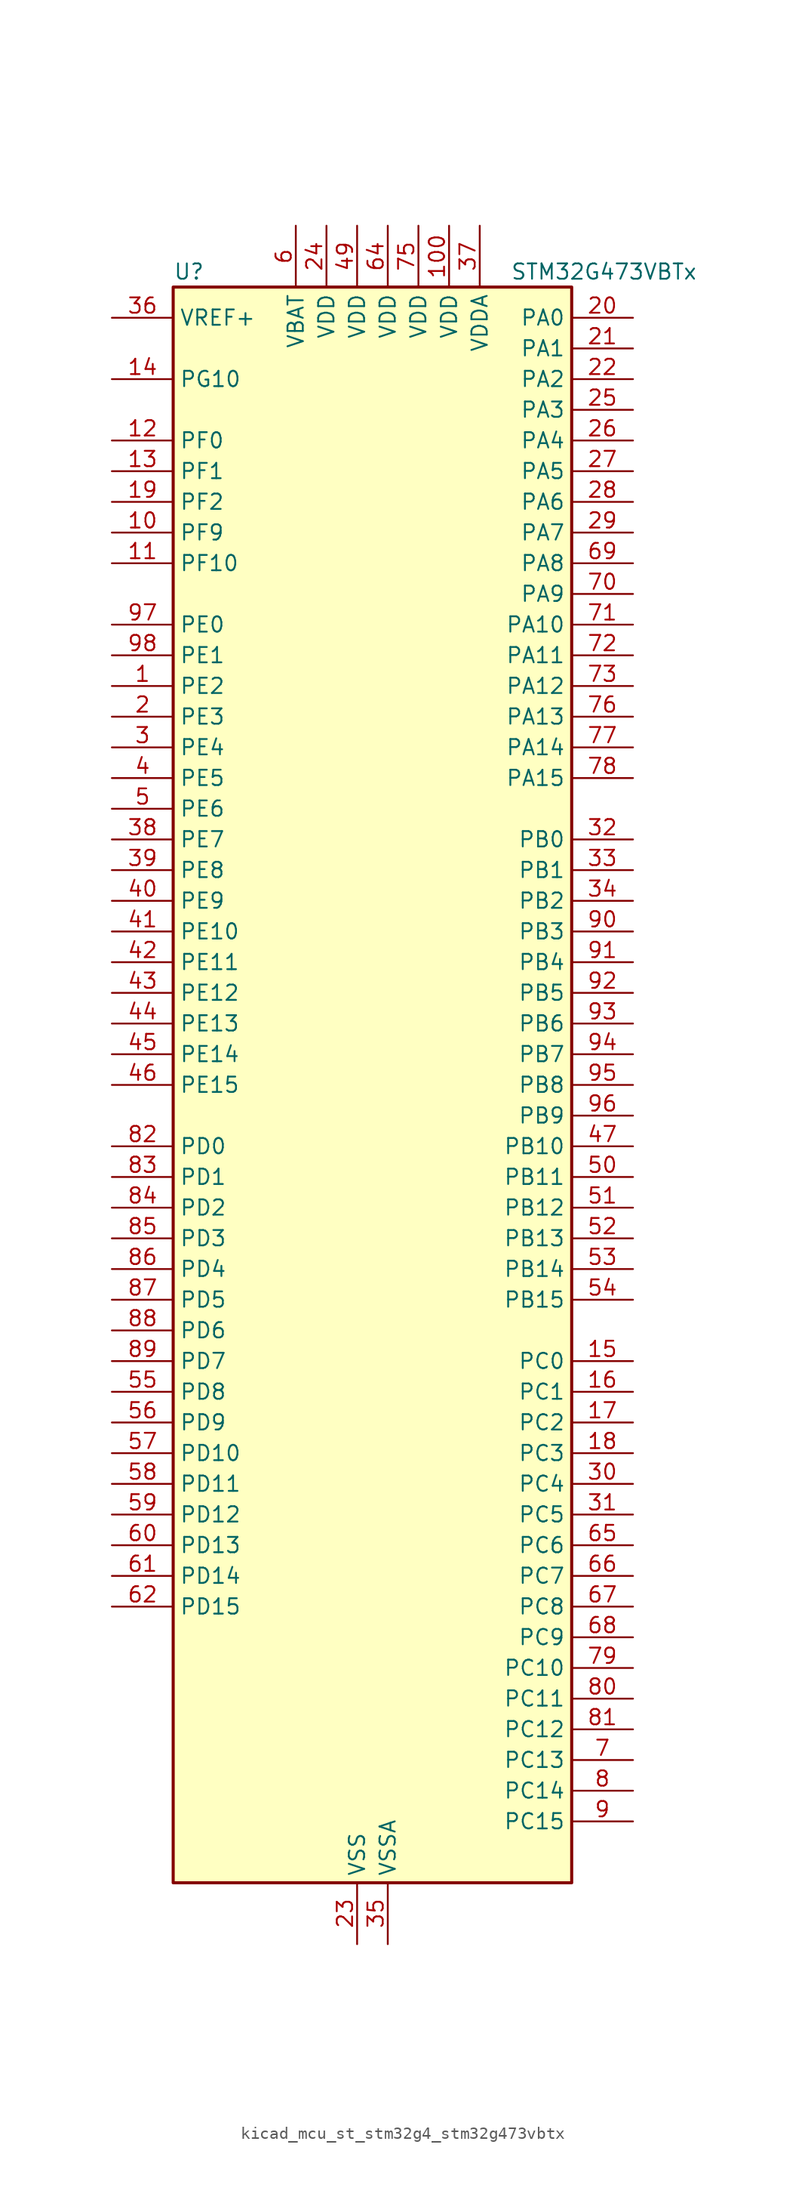
<source format=kicad_sym>
(kicad_symbol_lib
  (version 20220914)
  (generator kicad_symbol_editor)
  (symbol "kicad_mcu_st_stm32g4_stm32g473vbtx"
    (property "Reference" "U"
      (at -15.24 67.31 0)
      (effects (font (size 1.27 1.27)) (justify left)))
    (property "Value" "STM32G473VBTx"
      (at 12.7 67.31 0)
      (effects (font (size 1.27 1.27)) (justify left)))
    (property "ki_locked" ""
      (at 0 0 0)
      (effects (font (size 1.27 1.27))))
    (symbol "kicad_mcu_st_stm32g4_stm32g473vbtx_0_1"
      (rectangle (start -15.24 -66.04) (end 17.78 66.04) (stroke (width 0.254) (type default)) (fill (type background))))
    (symbol "kicad_mcu_st_stm32g4_stm32g473vbtx_1_1"
      (pin bidirectional line (at -20.32 33.02 0) (length 5.08) (name "PE2" (effects (font (size 1.27 1.27)))) (number "1" (effects (font (size 1.27 1.27)))) (alternate "ADC3_EXTI2" bidirectional line) (alternate "ADC4_EXTI2" bidirectional line) (alternate "ADC5_EXTI2" bidirectional line) (alternate "FMC_A23" bidirectional line) (alternate "SAI1_CK1" bidirectional line) (alternate "SAI1_MCLK_A" bidirectional line) (alternate "SPI4_SCK" bidirectional line) (alternate "SYS_TRACECLK" bidirectional line) (alternate "TIM20_CH1" bidirectional line) (alternate "TIM3_CH1" bidirectional line))
      (pin bidirectional line (at -20.32 45.72 0) (length 5.08) (name "PF9" (effects (font (size 1.27 1.27)))) (number "10" (effects (font (size 1.27 1.27)))) (alternate "DAC1_EXTI9" bidirectional line) (alternate "DAC2_EXTI9" bidirectional line) (alternate "DAC3_EXTI9" bidirectional line) (alternate "DAC4_EXTI9" bidirectional line) (alternate "FMC_A25" bidirectional line) (alternate "QUADSPI1_BK1_IO1" bidirectional line) (alternate "SAI1_FS_B" bidirectional line) (alternate "SPI2_SCK" bidirectional line) (alternate "TIM15_CH1" bidirectional line) (alternate "TIM20_BKIN" bidirectional line) (alternate "TIM5_CH4" bidirectional line))
      (pin power_in line (at 7.62 71.12 270) (length 5.08) (name "VDD" (effects (font (size 1.27 1.27)))) (number "100" (effects (font (size 1.27 1.27)))))
      (pin bidirectional line (at -20.32 43.18 0) (length 5.08) (name "PF10" (effects (font (size 1.27 1.27)))) (number "11" (effects (font (size 1.27 1.27)))) (alternate "DAC1_EXTI10" bidirectional line) (alternate "DAC2_EXTI10" bidirectional line) (alternate "DAC3_EXTI10" bidirectional line) (alternate "DAC4_EXTI10" bidirectional line) (alternate "FMC_A0" bidirectional line) (alternate "QUADSPI1_CLK" bidirectional line) (alternate "SAI1_D3" bidirectional line) (alternate "SPI2_SCK" bidirectional line) (alternate "TIM15_CH2" bidirectional line) (alternate "TIM20_BKIN2" bidirectional line))
      (pin bidirectional line (at -20.32 53.34 0) (length 5.08) (name "PF0" (effects (font (size 1.27 1.27)))) (number "12" (effects (font (size 1.27 1.27)))) (alternate "ADC1_IN10" bidirectional line) (alternate "I2C2_SDA" bidirectional line) (alternate "I2S2_WS" bidirectional line) (alternate "RCC_OSC_IN" bidirectional line) (alternate "SPI2_NSS" bidirectional line) (alternate "TIM1_CH3N" bidirectional line))
      (pin bidirectional line (at -20.32 50.8 0) (length 5.08) (name "PF1" (effects (font (size 1.27 1.27)))) (number "13" (effects (font (size 1.27 1.27)))) (alternate "ADC2_IN10" bidirectional line) (alternate "COMP3_INM" bidirectional line) (alternate "I2S2_CK" bidirectional line) (alternate "RCC_OSC_OUT" bidirectional line) (alternate "SPI2_SCK" bidirectional line))
      (pin bidirectional line (at -20.32 58.42 0) (length 5.08) (name "PG10" (effects (font (size 1.27 1.27)))) (number "14" (effects (font (size 1.27 1.27)))) (alternate "DAC1_EXTI10" bidirectional line) (alternate "DAC2_EXTI10" bidirectional line) (alternate "DAC3_EXTI10" bidirectional line) (alternate "DAC4_EXTI10" bidirectional line) (alternate "RCC_MCO" bidirectional line))
      (pin bidirectional line (at 22.86 -22.86 180) (length 5.08) (name "PC0" (effects (font (size 1.27 1.27)))) (number "15" (effects (font (size 1.27 1.27)))) (alternate "ADC1_IN6" bidirectional line) (alternate "ADC2_IN6" bidirectional line) (alternate "COMP3_INM" bidirectional line) (alternate "LPTIM1_IN1" bidirectional line) (alternate "LPUART1_RX" bidirectional line) (alternate "TIM1_CH1" bidirectional line))
      (pin bidirectional line (at 22.86 -25.4 180) (length 5.08) (name "PC1" (effects (font (size 1.27 1.27)))) (number "16" (effects (font (size 1.27 1.27)))) (alternate "ADC1_IN7" bidirectional line) (alternate "ADC2_IN7" bidirectional line) (alternate "COMP3_INP" bidirectional line) (alternate "LPTIM1_OUT" bidirectional line) (alternate "LPUART1_TX" bidirectional line) (alternate "QUADSPI1_BK2_IO0" bidirectional line) (alternate "SAI1_SD_A" bidirectional line) (alternate "TIM1_CH2" bidirectional line))
      (pin bidirectional line (at 22.86 -27.94 180) (length 5.08) (name "PC2" (effects (font (size 1.27 1.27)))) (number "17" (effects (font (size 1.27 1.27)))) (alternate "ADC1_IN8" bidirectional line) (alternate "ADC2_IN8" bidirectional line) (alternate "ADC3_EXTI2" bidirectional line) (alternate "ADC4_EXTI2" bidirectional line) (alternate "ADC5_EXTI2" bidirectional line) (alternate "COMP3_OUT" bidirectional line) (alternate "LPTIM1_IN2" bidirectional line) (alternate "QUADSPI1_BK2_IO1" bidirectional line) (alternate "TIM1_CH3" bidirectional line) (alternate "TIM20_CH2" bidirectional line))
      (pin bidirectional line (at 22.86 -30.48 180) (length 5.08) (name "PC3" (effects (font (size 1.27 1.27)))) (number "18" (effects (font (size 1.27 1.27)))) (alternate "ADC1_IN9" bidirectional line) (alternate "ADC2_IN9" bidirectional line) (alternate "ADC3_EXTI3" bidirectional line) (alternate "ADC4_EXTI3" bidirectional line) (alternate "ADC5_EXTI3" bidirectional line) (alternate "LPTIM1_ETR" bidirectional line) (alternate "OPAMP5_VINP" bidirectional line) (alternate "OPAMP5_VINP_SEC" bidirectional line) (alternate "QUADSPI1_BK2_IO2" bidirectional line) (alternate "SAI1_D1" bidirectional line) (alternate "SAI1_SD_A" bidirectional line) (alternate "TIM1_BKIN2" bidirectional line) (alternate "TIM1_CH4" bidirectional line))
      (pin bidirectional line (at -20.32 48.26 0) (length 5.08) (name "PF2" (effects (font (size 1.27 1.27)))) (number "19" (effects (font (size 1.27 1.27)))) (alternate "ADC3_EXTI2" bidirectional line) (alternate "ADC4_EXTI2" bidirectional line) (alternate "ADC5_EXTI2" bidirectional line) (alternate "FMC_A2" bidirectional line) (alternate "I2C2_SMBA" bidirectional line) (alternate "TIM20_CH3" bidirectional line))
      (pin bidirectional line (at -20.32 30.48 0) (length 5.08) (name "PE3" (effects (font (size 1.27 1.27)))) (number "2" (effects (font (size 1.27 1.27)))) (alternate "ADC3_EXTI3" bidirectional line) (alternate "ADC4_EXTI3" bidirectional line) (alternate "ADC5_EXTI3" bidirectional line) (alternate "FMC_A19" bidirectional line) (alternate "SAI1_SD_B" bidirectional line) (alternate "SPI4_NSS" bidirectional line) (alternate "SYS_TRACED0" bidirectional line) (alternate "TIM20_CH2" bidirectional line) (alternate "TIM3_CH2" bidirectional line))
      (pin bidirectional line (at 22.86 63.5 180) (length 5.08) (name "PA0" (effects (font (size 1.27 1.27)))) (number "20" (effects (font (size 1.27 1.27)))) (alternate "ADC1_IN1" bidirectional line) (alternate "ADC2_IN1" bidirectional line) (alternate "COMP1_INM" bidirectional line) (alternate "COMP1_OUT" bidirectional line) (alternate "COMP3_INP" bidirectional line) (alternate "RTC_TAMP2" bidirectional line) (alternate "SYS_WKUP1" bidirectional line) (alternate "TIM2_CH1" bidirectional line) (alternate "TIM2_ETR" bidirectional line) (alternate "TIM5_CH1" bidirectional line) (alternate "TIM8_BKIN" bidirectional line) (alternate "TIM8_ETR" bidirectional line) (alternate "USART2_CTS" bidirectional line) (alternate "USART2_NSS" bidirectional line))
      (pin bidirectional line (at 22.86 60.96 180) (length 5.08) (name "PA1" (effects (font (size 1.27 1.27)))) (number "21" (effects (font (size 1.27 1.27)))) (alternate "ADC1_IN2" bidirectional line) (alternate "ADC2_IN2" bidirectional line) (alternate "COMP1_INP" bidirectional line) (alternate "OPAMP1_VINP" bidirectional line) (alternate "OPAMP1_VINP_SEC" bidirectional line) (alternate "OPAMP3_VINP" bidirectional line) (alternate "OPAMP3_VINP_SEC" bidirectional line) (alternate "OPAMP6_VINM" bidirectional line) (alternate "OPAMP6_VINM0" bidirectional line) (alternate "OPAMP6_VINM_SEC" bidirectional line) (alternate "RTC_REFIN" bidirectional line) (alternate "TIM15_CH1N" bidirectional line) (alternate "TIM2_CH2" bidirectional line) (alternate "TIM5_CH2" bidirectional line) (alternate "USART2_DE" bidirectional line) (alternate "USART2_RTS" bidirectional line))
      (pin bidirectional line (at 22.86 58.42 180) (length 5.08) (name "PA2" (effects (font (size 1.27 1.27)))) (number "22" (effects (font (size 1.27 1.27)))) (alternate "ADC1_IN3" bidirectional line) (alternate "ADC3_EXTI2" bidirectional line) (alternate "ADC4_EXTI2" bidirectional line) (alternate "ADC5_EXTI2" bidirectional line) (alternate "COMP2_INM" bidirectional line) (alternate "COMP2_OUT" bidirectional line) (alternate "LPUART1_TX" bidirectional line) (alternate "OPAMP1_VOUT" bidirectional line) (alternate "QUADSPI1_BK1_NCS" bidirectional line) (alternate "RCC_LSCO" bidirectional line) (alternate "SYS_WKUP4" bidirectional line) (alternate "TIM15_CH1" bidirectional line) (alternate "TIM2_CH3" bidirectional line) (alternate "TIM5_CH3" bidirectional line) (alternate "UCPD1_FRSTX1" bidirectional line) (alternate "UCPD1_FRSTX2" bidirectional line) (alternate "USART2_TX" bidirectional line))
      (pin power_in line (at 0 -71.12 90) (length 5.08) (name "VSS" (effects (font (size 1.27 1.27)))) (number "23" (effects (font (size 1.27 1.27)))))
      (pin power_in line (at -2.54 71.12 270) (length 5.08) (name "VDD" (effects (font (size 1.27 1.27)))) (number "24" (effects (font (size 1.27 1.27)))))
      (pin bidirectional line (at 22.86 55.88 180) (length 5.08) (name "PA3" (effects (font (size 1.27 1.27)))) (number "25" (effects (font (size 1.27 1.27)))) (alternate "ADC1_IN4" bidirectional line) (alternate "ADC3_EXTI3" bidirectional line) (alternate "ADC4_EXTI3" bidirectional line) (alternate "ADC5_EXTI3" bidirectional line) (alternate "COMP2_INP" bidirectional line) (alternate "LPUART1_RX" bidirectional line) (alternate "OPAMP1_VINM" bidirectional line) (alternate "OPAMP1_VINM0" bidirectional line) (alternate "OPAMP1_VINM_SEC" bidirectional line) (alternate "OPAMP1_VINP" bidirectional line) (alternate "OPAMP1_VINP_SEC" bidirectional line) (alternate "OPAMP5_VINM" bidirectional line) (alternate "OPAMP5_VINM1" bidirectional line) (alternate "OPAMP5_VINM_SEC" bidirectional line) (alternate "QUADSPI1_CLK" bidirectional line) (alternate "SAI1_CK1" bidirectional line) (alternate "SAI1_MCLK_A" bidirectional line) (alternate "TIM15_CH2" bidirectional line) (alternate "TIM2_CH4" bidirectional line) (alternate "TIM5_CH4" bidirectional line) (alternate "USART2_RX" bidirectional line))
      (pin bidirectional line (at 22.86 53.34 180) (length 5.08) (name "PA4" (effects (font (size 1.27 1.27)))) (number "26" (effects (font (size 1.27 1.27)))) (alternate "ADC2_IN17" bidirectional line) (alternate "COMP1_INM" bidirectional line) (alternate "DAC1_OUT1" bidirectional line) (alternate "I2S3_WS" bidirectional line) (alternate "SAI1_FS_B" bidirectional line) (alternate "SPI1_NSS" bidirectional line) (alternate "SPI3_NSS" bidirectional line) (alternate "TIM3_CH2" bidirectional line) (alternate "USART2_CK" bidirectional line))
      (pin bidirectional line (at 22.86 50.8 180) (length 5.08) (name "PA5" (effects (font (size 1.27 1.27)))) (number "27" (effects (font (size 1.27 1.27)))) (alternate "ADC2_IN13" bidirectional line) (alternate "COMP2_INM" bidirectional line) (alternate "DAC1_OUT2" bidirectional line) (alternate "OPAMP2_VINM" bidirectional line) (alternate "OPAMP2_VINM0" bidirectional line) (alternate "OPAMP2_VINM_SEC" bidirectional line) (alternate "SPI1_SCK" bidirectional line) (alternate "TIM2_CH1" bidirectional line) (alternate "TIM2_ETR" bidirectional line) (alternate "UCPD1_FRSTX1" bidirectional line) (alternate "UCPD1_FRSTX2" bidirectional line))
      (pin bidirectional line (at 22.86 48.26 180) (length 5.08) (name "PA6" (effects (font (size 1.27 1.27)))) (number "28" (effects (font (size 1.27 1.27)))) (alternate "ADC2_IN3" bidirectional line) (alternate "COMP1_OUT" bidirectional line) (alternate "DAC2_OUT1" bidirectional line) (alternate "LPUART1_CTS" bidirectional line) (alternate "OPAMP2_VOUT" bidirectional line) (alternate "QUADSPI1_BK1_IO3" bidirectional line) (alternate "SPI1_MISO" bidirectional line) (alternate "TIM16_CH1" bidirectional line) (alternate "TIM1_BKIN" bidirectional line) (alternate "TIM3_CH1" bidirectional line) (alternate "TIM8_BKIN" bidirectional line))
      (pin bidirectional line (at 22.86 45.72 180) (length 5.08) (name "PA7" (effects (font (size 1.27 1.27)))) (number "29" (effects (font (size 1.27 1.27)))) (alternate "ADC2_IN4" bidirectional line) (alternate "COMP2_INP" bidirectional line) (alternate "COMP2_OUT" bidirectional line) (alternate "OPAMP1_VINP" bidirectional line) (alternate "OPAMP1_VINP_SEC" bidirectional line) (alternate "OPAMP2_VINP" bidirectional line) (alternate "OPAMP2_VINP_SEC" bidirectional line) (alternate "QUADSPI1_BK1_IO2" bidirectional line) (alternate "SPI1_MOSI" bidirectional line) (alternate "TIM17_CH1" bidirectional line) (alternate "TIM1_CH1N" bidirectional line) (alternate "TIM3_CH2" bidirectional line) (alternate "TIM8_CH1N" bidirectional line) (alternate "UCPD1_FRSTX1" bidirectional line) (alternate "UCPD1_FRSTX2" bidirectional line))
      (pin bidirectional line (at -20.32 27.94 0) (length 5.08) (name "PE4" (effects (font (size 1.27 1.27)))) (number "3" (effects (font (size 1.27 1.27)))) (alternate "FMC_A20" bidirectional line) (alternate "SAI1_D2" bidirectional line) (alternate "SAI1_FS_A" bidirectional line) (alternate "SPI4_NSS" bidirectional line) (alternate "SYS_TRACED1" bidirectional line) (alternate "TIM20_CH1N" bidirectional line) (alternate "TIM3_CH3" bidirectional line))
      (pin bidirectional line (at 22.86 -33.02 180) (length 5.08) (name "PC4" (effects (font (size 1.27 1.27)))) (number "30" (effects (font (size 1.27 1.27)))) (alternate "ADC2_IN5" bidirectional line) (alternate "I2C2_SCL" bidirectional line) (alternate "QUADSPI1_BK2_IO3" bidirectional line) (alternate "TIM1_ETR" bidirectional line) (alternate "USART1_TX" bidirectional line))
      (pin bidirectional line (at 22.86 -35.56 180) (length 5.08) (name "PC5" (effects (font (size 1.27 1.27)))) (number "31" (effects (font (size 1.27 1.27)))) (alternate "ADC2_IN11" bidirectional line) (alternate "OPAMP1_VINM" bidirectional line) (alternate "OPAMP1_VINM1" bidirectional line) (alternate "OPAMP1_VINM_SEC" bidirectional line) (alternate "OPAMP2_VINM" bidirectional line) (alternate "OPAMP2_VINM1" bidirectional line) (alternate "OPAMP2_VINM_SEC" bidirectional line) (alternate "SAI1_D3" bidirectional line) (alternate "SYS_WKUP5" bidirectional line) (alternate "TIM15_BKIN" bidirectional line) (alternate "TIM1_CH4N" bidirectional line) (alternate "USART1_RX" bidirectional line))
      (pin bidirectional line (at 22.86 20.32 180) (length 5.08) (name "PB0" (effects (font (size 1.27 1.27)))) (number "32" (effects (font (size 1.27 1.27)))) (alternate "ADC1_IN15" bidirectional line) (alternate "ADC3_IN12" bidirectional line) (alternate "COMP4_INP" bidirectional line) (alternate "OPAMP2_VINP" bidirectional line) (alternate "OPAMP2_VINP_SEC" bidirectional line) (alternate "OPAMP3_VINP" bidirectional line) (alternate "OPAMP3_VINP_SEC" bidirectional line) (alternate "QUADSPI1_BK1_IO1" bidirectional line) (alternate "TIM1_CH2N" bidirectional line) (alternate "TIM3_CH3" bidirectional line) (alternate "TIM8_CH2N" bidirectional line) (alternate "UCPD1_FRSTX1" bidirectional line) (alternate "UCPD1_FRSTX2" bidirectional line))
      (pin bidirectional line (at 22.86 17.78 180) (length 5.08) (name "PB1" (effects (font (size 1.27 1.27)))) (number "33" (effects (font (size 1.27 1.27)))) (alternate "ADC1_IN12" bidirectional line) (alternate "ADC3_IN1" bidirectional line) (alternate "COMP1_INP" bidirectional line) (alternate "COMP4_OUT" bidirectional line) (alternate "LPUART1_DE" bidirectional line) (alternate "LPUART1_RTS" bidirectional line) (alternate "OPAMP3_VOUT" bidirectional line) (alternate "OPAMP6_VINM" bidirectional line) (alternate "OPAMP6_VINM1" bidirectional line) (alternate "OPAMP6_VINM_SEC" bidirectional line) (alternate "QUADSPI1_BK1_IO0" bidirectional line) (alternate "TIM1_CH3N" bidirectional line) (alternate "TIM3_CH4" bidirectional line) (alternate "TIM8_CH3N" bidirectional line))
      (pin bidirectional line (at 22.86 15.24 180) (length 5.08) (name "PB2" (effects (font (size 1.27 1.27)))) (number "34" (effects (font (size 1.27 1.27)))) (alternate "ADC2_IN12" bidirectional line) (alternate "ADC3_EXTI2" bidirectional line) (alternate "ADC4_EXTI2" bidirectional line) (alternate "ADC5_EXTI2" bidirectional line) (alternate "COMP4_INM" bidirectional line) (alternate "I2C3_SMBA" bidirectional line) (alternate "LPTIM1_OUT" bidirectional line) (alternate "OPAMP3_VINM" bidirectional line) (alternate "OPAMP3_VINM0" bidirectional line) (alternate "OPAMP3_VINM_SEC" bidirectional line) (alternate "QUADSPI1_BK2_IO1" bidirectional line) (alternate "RTC_OUT2" bidirectional line) (alternate "TIM20_CH1" bidirectional line) (alternate "TIM5_CH1" bidirectional line))
      (pin power_in line (at 2.54 -71.12 90) (length 5.08) (name "VSSA" (effects (font (size 1.27 1.27)))) (number "35" (effects (font (size 1.27 1.27)))))
      (pin input line (at -20.32 63.5 0) (length 5.08) (name "VREF+" (effects (font (size 1.27 1.27)))) (number "36" (effects (font (size 1.27 1.27)))) (alternate "VREFBUF_OUT" bidirectional line))
      (pin power_in line (at 10.16 71.12 270) (length 5.08) (name "VDDA" (effects (font (size 1.27 1.27)))) (number "37" (effects (font (size 1.27 1.27)))))
      (pin bidirectional line (at -20.32 20.32 0) (length 5.08) (name "PE7" (effects (font (size 1.27 1.27)))) (number "38" (effects (font (size 1.27 1.27)))) (alternate "ADC3_IN4" bidirectional line) (alternate "COMP4_INP" bidirectional line) (alternate "FMC_D4" bidirectional line) (alternate "FMC_DA4" bidirectional line) (alternate "SAI1_SD_B" bidirectional line) (alternate "TIM1_ETR" bidirectional line))
      (pin bidirectional line (at -20.32 17.78 0) (length 5.08) (name "PE8" (effects (font (size 1.27 1.27)))) (number "39" (effects (font (size 1.27 1.27)))) (alternate "ADC3_IN6" bidirectional line) (alternate "ADC4_IN6" bidirectional line) (alternate "ADC5_IN6" bidirectional line) (alternate "COMP4_INM" bidirectional line) (alternate "FMC_D5" bidirectional line) (alternate "FMC_DA5" bidirectional line) (alternate "SAI1_SCK_B" bidirectional line) (alternate "TIM1_CH1N" bidirectional line) (alternate "TIM5_CH3" bidirectional line))
      (pin bidirectional line (at -20.32 25.4 0) (length 5.08) (name "PE5" (effects (font (size 1.27 1.27)))) (number "4" (effects (font (size 1.27 1.27)))) (alternate "FMC_A21" bidirectional line) (alternate "SAI1_CK2" bidirectional line) (alternate "SAI1_SCK_A" bidirectional line) (alternate "SPI4_MISO" bidirectional line) (alternate "SYS_TRACED2" bidirectional line) (alternate "TIM20_CH2N" bidirectional line) (alternate "TIM3_CH4" bidirectional line))
      (pin bidirectional line (at -20.32 15.24 0) (length 5.08) (name "PE9" (effects (font (size 1.27 1.27)))) (number "40" (effects (font (size 1.27 1.27)))) (alternate "ADC3_IN2" bidirectional line) (alternate "DAC1_EXTI9" bidirectional line) (alternate "DAC2_EXTI9" bidirectional line) (alternate "DAC3_EXTI9" bidirectional line) (alternate "DAC4_EXTI9" bidirectional line) (alternate "FMC_D6" bidirectional line) (alternate "FMC_DA6" bidirectional line) (alternate "SAI1_FS_B" bidirectional line) (alternate "TIM1_CH1" bidirectional line) (alternate "TIM5_CH4" bidirectional line))
      (pin bidirectional line (at -20.32 12.7 0) (length 5.08) (name "PE10" (effects (font (size 1.27 1.27)))) (number "41" (effects (font (size 1.27 1.27)))) (alternate "ADC3_IN14" bidirectional line) (alternate "ADC4_IN14" bidirectional line) (alternate "ADC5_IN14" bidirectional line) (alternate "DAC1_EXTI10" bidirectional line) (alternate "DAC2_EXTI10" bidirectional line) (alternate "DAC3_EXTI10" bidirectional line) (alternate "DAC4_EXTI10" bidirectional line) (alternate "FMC_D7" bidirectional line) (alternate "FMC_DA7" bidirectional line) (alternate "QUADSPI1_CLK" bidirectional line) (alternate "SAI1_MCLK_B" bidirectional line) (alternate "TIM1_CH2N" bidirectional line))
      (pin bidirectional line (at -20.32 10.16 0) (length 5.08) (name "PE11" (effects (font (size 1.27 1.27)))) (number "42" (effects (font (size 1.27 1.27)))) (alternate "ADC1_EXTI11" bidirectional line) (alternate "ADC2_EXTI11" bidirectional line) (alternate "ADC3_IN15" bidirectional line) (alternate "ADC4_IN15" bidirectional line) (alternate "ADC5_IN15" bidirectional line) (alternate "FMC_D8" bidirectional line) (alternate "FMC_DA8" bidirectional line) (alternate "QUADSPI1_BK1_NCS" bidirectional line) (alternate "SPI4_NSS" bidirectional line) (alternate "TIM1_CH2" bidirectional line))
      (pin bidirectional line (at -20.32 7.62 0) (length 5.08) (name "PE12" (effects (font (size 1.27 1.27)))) (number "43" (effects (font (size 1.27 1.27)))) (alternate "ADC3_IN16" bidirectional line) (alternate "ADC4_IN16" bidirectional line) (alternate "ADC5_IN16" bidirectional line) (alternate "FMC_D9" bidirectional line) (alternate "FMC_DA9" bidirectional line) (alternate "QUADSPI1_BK1_IO0" bidirectional line) (alternate "SPI4_SCK" bidirectional line) (alternate "TIM1_CH3N" bidirectional line))
      (pin bidirectional line (at -20.32 5.08 0) (length 5.08) (name "PE13" (effects (font (size 1.27 1.27)))) (number "44" (effects (font (size 1.27 1.27)))) (alternate "ADC3_IN3" bidirectional line) (alternate "FMC_D10" bidirectional line) (alternate "FMC_DA10" bidirectional line) (alternate "QUADSPI1_BK1_IO1" bidirectional line) (alternate "SPI4_MISO" bidirectional line) (alternate "TIM1_CH3" bidirectional line))
      (pin bidirectional line (at -20.32 2.54 0) (length 5.08) (name "PE14" (effects (font (size 1.27 1.27)))) (number "45" (effects (font (size 1.27 1.27)))) (alternate "ADC4_IN1" bidirectional line) (alternate "FMC_D11" bidirectional line) (alternate "FMC_DA11" bidirectional line) (alternate "QUADSPI1_BK1_IO2" bidirectional line) (alternate "SPI4_MOSI" bidirectional line) (alternate "TIM1_BKIN2" bidirectional line) (alternate "TIM1_CH4" bidirectional line))
      (pin bidirectional line (at -20.32 0 0) (length 5.08) (name "PE15" (effects (font (size 1.27 1.27)))) (number "46" (effects (font (size 1.27 1.27)))) (alternate "ADC1_EXTI15" bidirectional line) (alternate "ADC2_EXTI15" bidirectional line) (alternate "ADC4_IN2" bidirectional line) (alternate "FMC_D12" bidirectional line) (alternate "FMC_DA12" bidirectional line) (alternate "QUADSPI1_BK1_IO3" bidirectional line) (alternate "TIM1_BKIN" bidirectional line) (alternate "TIM1_CH4N" bidirectional line) (alternate "USART3_RX" bidirectional line))
      (pin bidirectional line (at 22.86 -5.08 180) (length 5.08) (name "PB10" (effects (font (size 1.27 1.27)))) (number "47" (effects (font (size 1.27 1.27)))) (alternate "COMP5_INM" bidirectional line) (alternate "DAC1_EXTI10" bidirectional line) (alternate "DAC2_EXTI10" bidirectional line) (alternate "DAC3_EXTI10" bidirectional line) (alternate "DAC4_EXTI10" bidirectional line) (alternate "LPUART1_RX" bidirectional line) (alternate "OPAMP3_VINM" bidirectional line) (alternate "OPAMP3_VINM1" bidirectional line) (alternate "OPAMP3_VINM_SEC" bidirectional line) (alternate "OPAMP4_VINM" bidirectional line) (alternate "OPAMP4_VINM0" bidirectional line) (alternate "OPAMP4_VINM_SEC" bidirectional line) (alternate "QUADSPI1_CLK" bidirectional line) (alternate "SAI1_SCK_A" bidirectional line) (alternate "TIM1_BKIN" bidirectional line) (alternate "TIM2_CH3" bidirectional line) (alternate "USART3_TX" bidirectional line))
      (pin passive line (at 0 -71.12 90) (length 5.08) hide (name "VSS" (effects (font (size 1.27 1.27)))) (number "48" (effects (font (size 1.27 1.27)))))
      (pin power_in line (at 0 71.12 270) (length 5.08) (name "VDD" (effects (font (size 1.27 1.27)))) (number "49" (effects (font (size 1.27 1.27)))))
      (pin bidirectional line (at -20.32 22.86 0) (length 5.08) (name "PE6" (effects (font (size 1.27 1.27)))) (number "5" (effects (font (size 1.27 1.27)))) (alternate "FMC_A22" bidirectional line) (alternate "RTC_TAMP3" bidirectional line) (alternate "SAI1_D1" bidirectional line) (alternate "SAI1_SD_A" bidirectional line) (alternate "SPI4_MOSI" bidirectional line) (alternate "SYS_TRACED3" bidirectional line) (alternate "SYS_WKUP3" bidirectional line) (alternate "TIM20_CH3N" bidirectional line))
      (pin bidirectional line (at 22.86 -7.62 180) (length 5.08) (name "PB11" (effects (font (size 1.27 1.27)))) (number "50" (effects (font (size 1.27 1.27)))) (alternate "ADC1_EXTI11" bidirectional line) (alternate "ADC1_IN14" bidirectional line) (alternate "ADC2_EXTI11" bidirectional line) (alternate "ADC2_IN14" bidirectional line) (alternate "COMP6_INP" bidirectional line) (alternate "LPUART1_TX" bidirectional line) (alternate "OPAMP4_VINP" bidirectional line) (alternate "OPAMP4_VINP_SEC" bidirectional line) (alternate "OPAMP6_VOUT" bidirectional line) (alternate "QUADSPI1_BK1_NCS" bidirectional line) (alternate "TIM2_CH4" bidirectional line) (alternate "USART3_RX" bidirectional line))
      (pin bidirectional line (at 22.86 -10.16 180) (length 5.08) (name "PB12" (effects (font (size 1.27 1.27)))) (number "51" (effects (font (size 1.27 1.27)))) (alternate "ADC1_IN11" bidirectional line) (alternate "ADC4_IN3" bidirectional line) (alternate "COMP7_INM" bidirectional line) (alternate "FDCAN2_RX" bidirectional line) (alternate "I2C2_SMBA" bidirectional line) (alternate "I2S2_WS" bidirectional line) (alternate "LPUART1_DE" bidirectional line) (alternate "LPUART1_RTS" bidirectional line) (alternate "OPAMP4_VOUT" bidirectional line) (alternate "OPAMP6_VINP" bidirectional line) (alternate "OPAMP6_VINP_SEC" bidirectional line) (alternate "SPI2_NSS" bidirectional line) (alternate "TIM1_BKIN" bidirectional line) (alternate "TIM5_ETR" bidirectional line) (alternate "USART3_CK" bidirectional line))
      (pin bidirectional line (at 22.86 -12.7 180) (length 5.08) (name "PB13" (effects (font (size 1.27 1.27)))) (number "52" (effects (font (size 1.27 1.27)))) (alternate "ADC3_IN5" bidirectional line) (alternate "COMP5_INP" bidirectional line) (alternate "FDCAN2_TX" bidirectional line) (alternate "I2S2_CK" bidirectional line) (alternate "LPUART1_CTS" bidirectional line) (alternate "OPAMP3_VINP" bidirectional line) (alternate "OPAMP3_VINP_SEC" bidirectional line) (alternate "OPAMP4_VINP" bidirectional line) (alternate "OPAMP4_VINP_SEC" bidirectional line) (alternate "OPAMP6_VINP" bidirectional line) (alternate "OPAMP6_VINP_SEC" bidirectional line) (alternate "SPI2_SCK" bidirectional line) (alternate "TIM1_CH1N" bidirectional line) (alternate "USART3_CTS" bidirectional line) (alternate "USART3_NSS" bidirectional line))
      (pin bidirectional line (at 22.86 -15.24 180) (length 5.08) (name "PB14" (effects (font (size 1.27 1.27)))) (number "53" (effects (font (size 1.27 1.27)))) (alternate "ADC1_IN5" bidirectional line) (alternate "ADC4_IN4" bidirectional line) (alternate "COMP4_OUT" bidirectional line) (alternate "COMP7_INP" bidirectional line) (alternate "OPAMP2_VINP" bidirectional line) (alternate "OPAMP2_VINP_SEC" bidirectional line) (alternate "OPAMP5_VINP" bidirectional line) (alternate "OPAMP5_VINP_SEC" bidirectional line) (alternate "SPI2_MISO" bidirectional line) (alternate "TIM15_CH1" bidirectional line) (alternate "TIM1_CH2N" bidirectional line) (alternate "USART3_DE" bidirectional line) (alternate "USART3_RTS" bidirectional line))
      (pin bidirectional line (at 22.86 -17.78 180) (length 5.08) (name "PB15" (effects (font (size 1.27 1.27)))) (number "54" (effects (font (size 1.27 1.27)))) (alternate "ADC1_EXTI15" bidirectional line) (alternate "ADC2_EXTI15" bidirectional line) (alternate "ADC2_IN15" bidirectional line) (alternate "ADC4_IN5" bidirectional line) (alternate "COMP3_OUT" bidirectional line) (alternate "COMP6_INM" bidirectional line) (alternate "I2S2_SD" bidirectional line) (alternate "OPAMP5_VINM" bidirectional line) (alternate "OPAMP5_VINM0" bidirectional line) (alternate "OPAMP5_VINM_SEC" bidirectional line) (alternate "RTC_REFIN" bidirectional line) (alternate "SPI2_MOSI" bidirectional line) (alternate "TIM15_CH1N" bidirectional line) (alternate "TIM15_CH2" bidirectional line) (alternate "TIM1_CH3N" bidirectional line))
      (pin bidirectional line (at -20.32 -25.4 0) (length 5.08) (name "PD8" (effects (font (size 1.27 1.27)))) (number "55" (effects (font (size 1.27 1.27)))) (alternate "ADC4_IN12" bidirectional line) (alternate "ADC5_IN12" bidirectional line) (alternate "FMC_D13" bidirectional line) (alternate "FMC_DA13" bidirectional line) (alternate "OPAMP4_VINM" bidirectional line) (alternate "OPAMP4_VINM1" bidirectional line) (alternate "OPAMP4_VINM_SEC" bidirectional line) (alternate "USART3_TX" bidirectional line))
      (pin bidirectional line (at -20.32 -27.94 0) (length 5.08) (name "PD9" (effects (font (size 1.27 1.27)))) (number "56" (effects (font (size 1.27 1.27)))) (alternate "ADC4_IN13" bidirectional line) (alternate "ADC5_IN13" bidirectional line) (alternate "DAC1_EXTI9" bidirectional line) (alternate "DAC2_EXTI9" bidirectional line) (alternate "DAC3_EXTI9" bidirectional line) (alternate "DAC4_EXTI9" bidirectional line) (alternate "FMC_D14" bidirectional line) (alternate "FMC_DA14" bidirectional line) (alternate "OPAMP6_VINP" bidirectional line) (alternate "OPAMP6_VINP_SEC" bidirectional line) (alternate "USART3_RX" bidirectional line))
      (pin bidirectional line (at -20.32 -30.48 0) (length 5.08) (name "PD10" (effects (font (size 1.27 1.27)))) (number "57" (effects (font (size 1.27 1.27)))) (alternate "ADC3_IN7" bidirectional line) (alternate "ADC4_IN7" bidirectional line) (alternate "ADC5_IN7" bidirectional line) (alternate "COMP6_INM" bidirectional line) (alternate "DAC1_EXTI10" bidirectional line) (alternate "DAC2_EXTI10" bidirectional line) (alternate "DAC3_EXTI10" bidirectional line) (alternate "DAC4_EXTI10" bidirectional line) (alternate "FMC_D15" bidirectional line) (alternate "FMC_DA15" bidirectional line) (alternate "USART3_CK" bidirectional line))
      (pin bidirectional line (at -20.32 -33.02 0) (length 5.08) (name "PD11" (effects (font (size 1.27 1.27)))) (number "58" (effects (font (size 1.27 1.27)))) (alternate "ADC1_EXTI11" bidirectional line) (alternate "ADC2_EXTI11" bidirectional line) (alternate "ADC3_IN8" bidirectional line) (alternate "ADC4_IN8" bidirectional line) (alternate "ADC5_IN8" bidirectional line) (alternate "COMP6_INP" bidirectional line) (alternate "FMC_A16" bidirectional line) (alternate "FMC_CLE" bidirectional line) (alternate "I2C4_SMBA" bidirectional line) (alternate "OPAMP4_VINP" bidirectional line) (alternate "OPAMP4_VINP_SEC" bidirectional line) (alternate "TIM5_ETR" bidirectional line) (alternate "USART3_CTS" bidirectional line) (alternate "USART3_NSS" bidirectional line))
      (pin bidirectional line (at -20.32 -35.56 0) (length 5.08) (name "PD12" (effects (font (size 1.27 1.27)))) (number "59" (effects (font (size 1.27 1.27)))) (alternate "ADC3_IN9" bidirectional line) (alternate "ADC4_IN9" bidirectional line) (alternate "ADC5_IN9" bidirectional line) (alternate "COMP5_INP" bidirectional line) (alternate "FMC_A17" bidirectional line) (alternate "FMC_ALE" bidirectional line) (alternate "OPAMP5_VINP" bidirectional line) (alternate "OPAMP5_VINP_SEC" bidirectional line) (alternate "TIM4_CH1" bidirectional line) (alternate "USART3_DE" bidirectional line) (alternate "USART3_RTS" bidirectional line))
      (pin power_in line (at -5.08 71.12 270) (length 5.08) (name "VBAT" (effects (font (size 1.27 1.27)))) (number "6" (effects (font (size 1.27 1.27)))))
      (pin bidirectional line (at -20.32 -38.1 0) (length 5.08) (name "PD13" (effects (font (size 1.27 1.27)))) (number "60" (effects (font (size 1.27 1.27)))) (alternate "ADC3_IN10" bidirectional line) (alternate "ADC4_IN10" bidirectional line) (alternate "ADC5_IN10" bidirectional line) (alternate "COMP5_INM" bidirectional line) (alternate "FMC_A18" bidirectional line) (alternate "TIM4_CH2" bidirectional line))
      (pin bidirectional line (at -20.32 -40.64 0) (length 5.08) (name "PD14" (effects (font (size 1.27 1.27)))) (number "61" (effects (font (size 1.27 1.27)))) (alternate "ADC3_IN11" bidirectional line) (alternate "ADC4_IN11" bidirectional line) (alternate "ADC5_IN11" bidirectional line) (alternate "COMP7_INP" bidirectional line) (alternate "FMC_D0" bidirectional line) (alternate "FMC_DA0" bidirectional line) (alternate "OPAMP2_VINP" bidirectional line) (alternate "OPAMP2_VINP_SEC" bidirectional line) (alternate "TIM4_CH3" bidirectional line))
      (pin bidirectional line (at -20.32 -43.18 0) (length 5.08) (name "PD15" (effects (font (size 1.27 1.27)))) (number "62" (effects (font (size 1.27 1.27)))) (alternate "ADC1_EXTI15" bidirectional line) (alternate "ADC2_EXTI15" bidirectional line) (alternate "COMP7_INM" bidirectional line) (alternate "FMC_D1" bidirectional line) (alternate "FMC_DA1" bidirectional line) (alternate "SPI2_NSS" bidirectional line) (alternate "TIM4_CH4" bidirectional line))
      (pin passive line (at 0 -71.12 90) (length 5.08) hide (name "VSS" (effects (font (size 1.27 1.27)))) (number "63" (effects (font (size 1.27 1.27)))))
      (pin power_in line (at 2.54 71.12 270) (length 5.08) (name "VDD" (effects (font (size 1.27 1.27)))) (number "64" (effects (font (size 1.27 1.27)))))
      (pin bidirectional line (at 22.86 -38.1 180) (length 5.08) (name "PC6" (effects (font (size 1.27 1.27)))) (number "65" (effects (font (size 1.27 1.27)))) (alternate "COMP6_OUT" bidirectional line) (alternate "I2C4_SCL" bidirectional line) (alternate "I2S2_MCK" bidirectional line) (alternate "TIM3_CH1" bidirectional line) (alternate "TIM8_CH1" bidirectional line))
      (pin bidirectional line (at 22.86 -40.64 180) (length 5.08) (name "PC7" (effects (font (size 1.27 1.27)))) (number "66" (effects (font (size 1.27 1.27)))) (alternate "COMP5_OUT" bidirectional line) (alternate "I2C4_SDA" bidirectional line) (alternate "I2S3_MCK" bidirectional line) (alternate "TIM3_CH2" bidirectional line) (alternate "TIM8_CH2" bidirectional line))
      (pin bidirectional line (at 22.86 -43.18 180) (length 5.08) (name "PC8" (effects (font (size 1.27 1.27)))) (number "67" (effects (font (size 1.27 1.27)))) (alternate "COMP7_OUT" bidirectional line) (alternate "I2C3_SCL" bidirectional line) (alternate "TIM20_CH3" bidirectional line) (alternate "TIM3_CH3" bidirectional line) (alternate "TIM8_CH3" bidirectional line))
      (pin bidirectional line (at 22.86 -45.72 180) (length 5.08) (name "PC9" (effects (font (size 1.27 1.27)))) (number "68" (effects (font (size 1.27 1.27)))) (alternate "DAC1_EXTI9" bidirectional line) (alternate "DAC2_EXTI9" bidirectional line) (alternate "DAC3_EXTI9" bidirectional line) (alternate "DAC4_EXTI9" bidirectional line) (alternate "I2C3_SDA" bidirectional line) (alternate "I2S_CKIN" bidirectional line) (alternate "TIM3_CH4" bidirectional line) (alternate "TIM8_BKIN2" bidirectional line) (alternate "TIM8_CH4" bidirectional line))
      (pin bidirectional line (at 22.86 43.18 180) (length 5.08) (name "PA8" (effects (font (size 1.27 1.27)))) (number "69" (effects (font (size 1.27 1.27)))) (alternate "ADC5_IN1" bidirectional line) (alternate "COMP7_OUT" bidirectional line) (alternate "FDCAN3_RX" bidirectional line) (alternate "I2C2_SDA" bidirectional line) (alternate "I2C3_SCL" bidirectional line) (alternate "I2S2_MCK" bidirectional line) (alternate "OPAMP5_VOUT" bidirectional line) (alternate "RCC_MCO" bidirectional line) (alternate "SAI1_CK2" bidirectional line) (alternate "SAI1_SCK_A" bidirectional line) (alternate "TIM1_CH1" bidirectional line) (alternate "TIM4_ETR" bidirectional line) (alternate "USART1_CK" bidirectional line))
      (pin bidirectional line (at 22.86 -55.88 180) (length 5.08) (name "PC13" (effects (font (size 1.27 1.27)))) (number "7" (effects (font (size 1.27 1.27)))) (alternate "RTC_OUT1" bidirectional line) (alternate "RTC_TAMP1" bidirectional line) (alternate "RTC_TS" bidirectional line) (alternate "SYS_WKUP2" bidirectional line) (alternate "TIM1_BKIN" bidirectional line) (alternate "TIM1_CH1N" bidirectional line) (alternate "TIM8_CH4N" bidirectional line))
      (pin bidirectional line (at 22.86 40.64 180) (length 5.08) (name "PA9" (effects (font (size 1.27 1.27)))) (number "70" (effects (font (size 1.27 1.27)))) (alternate "ADC5_IN2" bidirectional line) (alternate "COMP5_OUT" bidirectional line) (alternate "DAC1_EXTI9" bidirectional line) (alternate "DAC2_EXTI9" bidirectional line) (alternate "DAC3_EXTI9" bidirectional line) (alternate "DAC4_EXTI9" bidirectional line) (alternate "I2C2_SCL" bidirectional line) (alternate "I2C3_SMBA" bidirectional line) (alternate "I2S3_MCK" bidirectional line) (alternate "SAI1_FS_A" bidirectional line) (alternate "TIM15_BKIN" bidirectional line) (alternate "TIM1_CH2" bidirectional line) (alternate "TIM2_CH3" bidirectional line) (alternate "UCPD1_DBCC1" bidirectional line) (alternate "USART1_TX" bidirectional line))
      (pin bidirectional line (at 22.86 38.1 180) (length 5.08) (name "PA10" (effects (font (size 1.27 1.27)))) (number "71" (effects (font (size 1.27 1.27)))) (alternate "COMP6_OUT" bidirectional line) (alternate "CRS_SYNC" bidirectional line) (alternate "DAC1_EXTI10" bidirectional line) (alternate "DAC2_EXTI10" bidirectional line) (alternate "DAC3_EXTI10" bidirectional line) (alternate "DAC4_EXTI10" bidirectional line) (alternate "I2C2_SMBA" bidirectional line) (alternate "SAI1_D1" bidirectional line) (alternate "SAI1_SD_A" bidirectional line) (alternate "SPI2_MISO" bidirectional line) (alternate "TIM17_BKIN" bidirectional line) (alternate "TIM1_CH3" bidirectional line) (alternate "TIM2_CH4" bidirectional line) (alternate "TIM8_BKIN" bidirectional line) (alternate "UCPD1_DBCC2" bidirectional line) (alternate "USART1_RX" bidirectional line))
      (pin bidirectional line (at 22.86 35.56 180) (length 5.08) (name "PA11" (effects (font (size 1.27 1.27)))) (number "72" (effects (font (size 1.27 1.27)))) (alternate "ADC1_EXTI11" bidirectional line) (alternate "ADC2_EXTI11" bidirectional line) (alternate "COMP1_OUT" bidirectional line) (alternate "FDCAN1_RX" bidirectional line) (alternate "I2S2_SD" bidirectional line) (alternate "SPI2_MOSI" bidirectional line) (alternate "TIM1_BKIN2" bidirectional line) (alternate "TIM1_CH1N" bidirectional line) (alternate "TIM1_CH4" bidirectional line) (alternate "TIM4_CH1" bidirectional line) (alternate "USART1_CTS" bidirectional line) (alternate "USART1_NSS" bidirectional line) (alternate "USB_DM" bidirectional line))
      (pin bidirectional line (at 22.86 33.02 180) (length 5.08) (name "PA12" (effects (font (size 1.27 1.27)))) (number "73" (effects (font (size 1.27 1.27)))) (alternate "COMP2_OUT" bidirectional line) (alternate "FDCAN1_TX" bidirectional line) (alternate "I2S_CKIN" bidirectional line) (alternate "TIM16_CH1" bidirectional line) (alternate "TIM1_CH2N" bidirectional line) (alternate "TIM1_ETR" bidirectional line) (alternate "TIM4_CH2" bidirectional line) (alternate "USART1_DE" bidirectional line) (alternate "USART1_RTS" bidirectional line) (alternate "USB_DP" bidirectional line))
      (pin passive line (at 0 -71.12 90) (length 5.08) hide (name "VSS" (effects (font (size 1.27 1.27)))) (number "74" (effects (font (size 1.27 1.27)))))
      (pin power_in line (at 5.08 71.12 270) (length 5.08) (name "VDD" (effects (font (size 1.27 1.27)))) (number "75" (effects (font (size 1.27 1.27)))))
      (pin bidirectional line (at 22.86 30.48 180) (length 5.08) (name "PA13" (effects (font (size 1.27 1.27)))) (number "76" (effects (font (size 1.27 1.27)))) (alternate "I2C1_SCL" bidirectional line) (alternate "I2C4_SCL" bidirectional line) (alternate "IR_OUT" bidirectional line) (alternate "SAI1_SD_B" bidirectional line) (alternate "SYS_JTMS-SWDIO" bidirectional line) (alternate "TIM16_CH1N" bidirectional line) (alternate "TIM4_CH3" bidirectional line) (alternate "USART3_CTS" bidirectional line) (alternate "USART3_NSS" bidirectional line))
      (pin bidirectional line (at 22.86 27.94 180) (length 5.08) (name "PA14" (effects (font (size 1.27 1.27)))) (number "77" (effects (font (size 1.27 1.27)))) (alternate "I2C1_SDA" bidirectional line) (alternate "I2C4_SMBA" bidirectional line) (alternate "LPTIM1_OUT" bidirectional line) (alternate "SAI1_FS_B" bidirectional line) (alternate "SYS_JTCK-SWCLK" bidirectional line) (alternate "TIM1_BKIN" bidirectional line) (alternate "TIM8_CH2" bidirectional line) (alternate "USART2_TX" bidirectional line))
      (pin bidirectional line (at 22.86 25.4 180) (length 5.08) (name "PA15" (effects (font (size 1.27 1.27)))) (number "78" (effects (font (size 1.27 1.27)))) (alternate "ADC1_EXTI15" bidirectional line) (alternate "ADC2_EXTI15" bidirectional line) (alternate "FDCAN3_TX" bidirectional line) (alternate "I2C1_SCL" bidirectional line) (alternate "I2S3_WS" bidirectional line) (alternate "SPI1_NSS" bidirectional line) (alternate "SPI3_NSS" bidirectional line) (alternate "SYS_JTDI" bidirectional line) (alternate "TIM1_BKIN" bidirectional line) (alternate "TIM2_CH1" bidirectional line) (alternate "TIM2_ETR" bidirectional line) (alternate "TIM8_CH1" bidirectional line) (alternate "UART4_DE" bidirectional line) (alternate "UART4_RTS" bidirectional line) (alternate "USART2_RX" bidirectional line))
      (pin bidirectional line (at 22.86 -48.26 180) (length 5.08) (name "PC10" (effects (font (size 1.27 1.27)))) (number "79" (effects (font (size 1.27 1.27)))) (alternate "DAC1_EXTI10" bidirectional line) (alternate "DAC2_EXTI10" bidirectional line) (alternate "DAC3_EXTI10" bidirectional line) (alternate "DAC4_EXTI10" bidirectional line) (alternate "I2S3_CK" bidirectional line) (alternate "SPI3_SCK" bidirectional line) (alternate "TIM8_CH1N" bidirectional line) (alternate "UART4_TX" bidirectional line) (alternate "USART3_TX" bidirectional line))
      (pin bidirectional line (at 22.86 -58.42 180) (length 5.08) (name "PC14" (effects (font (size 1.27 1.27)))) (number "8" (effects (font (size 1.27 1.27)))) (alternate "RCC_OSC32_IN" bidirectional line))
      (pin bidirectional line (at 22.86 -50.8 180) (length 5.08) (name "PC11" (effects (font (size 1.27 1.27)))) (number "80" (effects (font (size 1.27 1.27)))) (alternate "ADC1_EXTI11" bidirectional line) (alternate "ADC2_EXTI11" bidirectional line) (alternate "I2C3_SDA" bidirectional line) (alternate "SPI3_MISO" bidirectional line) (alternate "TIM8_CH2N" bidirectional line) (alternate "UART4_RX" bidirectional line) (alternate "USART3_RX" bidirectional line))
      (pin bidirectional line (at 22.86 -53.34 180) (length 5.08) (name "PC12" (effects (font (size 1.27 1.27)))) (number "81" (effects (font (size 1.27 1.27)))) (alternate "I2S3_SD" bidirectional line) (alternate "SPI3_MOSI" bidirectional line) (alternate "TIM5_CH2" bidirectional line) (alternate "TIM8_CH3N" bidirectional line) (alternate "UART5_TX" bidirectional line) (alternate "UCPD1_FRSTX1" bidirectional line) (alternate "UCPD1_FRSTX2" bidirectional line) (alternate "USART3_CK" bidirectional line))
      (pin bidirectional line (at -20.32 -5.08 0) (length 5.08) (name "PD0" (effects (font (size 1.27 1.27)))) (number "82" (effects (font (size 1.27 1.27)))) (alternate "FDCAN1_RX" bidirectional line) (alternate "FMC_D2" bidirectional line) (alternate "FMC_DA2" bidirectional line) (alternate "TIM8_CH4N" bidirectional line))
      (pin bidirectional line (at -20.32 -7.62 0) (length 5.08) (name "PD1" (effects (font (size 1.27 1.27)))) (number "83" (effects (font (size 1.27 1.27)))) (alternate "FDCAN1_TX" bidirectional line) (alternate "FMC_D3" bidirectional line) (alternate "FMC_DA3" bidirectional line) (alternate "TIM8_BKIN2" bidirectional line) (alternate "TIM8_CH4" bidirectional line))
      (pin bidirectional line (at -20.32 -10.16 0) (length 5.08) (name "PD2" (effects (font (size 1.27 1.27)))) (number "84" (effects (font (size 1.27 1.27)))) (alternate "ADC3_EXTI2" bidirectional line) (alternate "ADC4_EXTI2" bidirectional line) (alternate "ADC5_EXTI2" bidirectional line) (alternate "TIM3_ETR" bidirectional line) (alternate "TIM8_BKIN" bidirectional line) (alternate "UART5_RX" bidirectional line))
      (pin bidirectional line (at -20.32 -12.7 0) (length 5.08) (name "PD3" (effects (font (size 1.27 1.27)))) (number "85" (effects (font (size 1.27 1.27)))) (alternate "ADC3_EXTI3" bidirectional line) (alternate "ADC4_EXTI3" bidirectional line) (alternate "ADC5_EXTI3" bidirectional line) (alternate "FMC_CLK" bidirectional line) (alternate "QUADSPI1_BK2_NCS" bidirectional line) (alternate "TIM2_CH1" bidirectional line) (alternate "TIM2_ETR" bidirectional line) (alternate "USART2_CTS" bidirectional line) (alternate "USART2_NSS" bidirectional line))
      (pin bidirectional line (at -20.32 -15.24 0) (length 5.08) (name "PD4" (effects (font (size 1.27 1.27)))) (number "86" (effects (font (size 1.27 1.27)))) (alternate "FMC_NOE" bidirectional line) (alternate "QUADSPI1_BK2_IO0" bidirectional line) (alternate "TIM2_CH2" bidirectional line) (alternate "USART2_DE" bidirectional line) (alternate "USART2_RTS" bidirectional line))
      (pin bidirectional line (at -20.32 -17.78 0) (length 5.08) (name "PD5" (effects (font (size 1.27 1.27)))) (number "87" (effects (font (size 1.27 1.27)))) (alternate "FMC_NWE" bidirectional line) (alternate "QUADSPI1_BK2_IO1" bidirectional line) (alternate "USART2_TX" bidirectional line))
      (pin bidirectional line (at -20.32 -20.32 0) (length 5.08) (name "PD6" (effects (font (size 1.27 1.27)))) (number "88" (effects (font (size 1.27 1.27)))) (alternate "FMC_NWAIT" bidirectional line) (alternate "QUADSPI1_BK2_IO2" bidirectional line) (alternate "SAI1_D1" bidirectional line) (alternate "SAI1_SD_A" bidirectional line) (alternate "TIM2_CH4" bidirectional line) (alternate "USART2_RX" bidirectional line))
      (pin bidirectional line (at -20.32 -22.86 0) (length 5.08) (name "PD7" (effects (font (size 1.27 1.27)))) (number "89" (effects (font (size 1.27 1.27)))) (alternate "FMC_NCE" bidirectional line) (alternate "FMC_NE1" bidirectional line) (alternate "QUADSPI1_BK2_IO3" bidirectional line) (alternate "TIM2_CH3" bidirectional line) (alternate "USART2_CK" bidirectional line))
      (pin bidirectional line (at 22.86 -60.96 180) (length 5.08) (name "PC15" (effects (font (size 1.27 1.27)))) (number "9" (effects (font (size 1.27 1.27)))) (alternate "ADC1_EXTI15" bidirectional line) (alternate "ADC2_EXTI15" bidirectional line) (alternate "RCC_OSC32_OUT" bidirectional line))
      (pin bidirectional line (at 22.86 12.7 180) (length 5.08) (name "PB3" (effects (font (size 1.27 1.27)))) (number "90" (effects (font (size 1.27 1.27)))) (alternate "ADC3_EXTI3" bidirectional line) (alternate "ADC4_EXTI3" bidirectional line) (alternate "ADC5_EXTI3" bidirectional line) (alternate "CRS_SYNC" bidirectional line) (alternate "FDCAN3_RX" bidirectional line) (alternate "I2S3_CK" bidirectional line) (alternate "SAI1_SCK_B" bidirectional line) (alternate "SPI1_SCK" bidirectional line) (alternate "SPI3_SCK" bidirectional line) (alternate "SYS_JTDO-SWO" bidirectional line) (alternate "TIM2_CH2" bidirectional line) (alternate "TIM3_ETR" bidirectional line) (alternate "TIM4_ETR" bidirectional line) (alternate "TIM8_CH1N" bidirectional line) (alternate "USART2_TX" bidirectional line))
      (pin bidirectional line (at 22.86 10.16 180) (length 5.08) (name "PB4" (effects (font (size 1.27 1.27)))) (number "91" (effects (font (size 1.27 1.27)))) (alternate "FDCAN3_TX" bidirectional line) (alternate "SAI1_MCLK_B" bidirectional line) (alternate "SPI1_MISO" bidirectional line) (alternate "SPI3_MISO" bidirectional line) (alternate "SYS_JTRST" bidirectional line) (alternate "TIM16_CH1" bidirectional line) (alternate "TIM17_BKIN" bidirectional line) (alternate "TIM3_CH1" bidirectional line) (alternate "TIM8_CH2N" bidirectional line) (alternate "UART5_DE" bidirectional line) (alternate "UART5_RTS" bidirectional line) (alternate "UCPD1_CC2" bidirectional line) (alternate "USART2_RX" bidirectional line))
      (pin bidirectional line (at 22.86 7.62 180) (length 5.08) (name "PB5" (effects (font (size 1.27 1.27)))) (number "92" (effects (font (size 1.27 1.27)))) (alternate "FDCAN2_RX" bidirectional line) (alternate "I2C1_SMBA" bidirectional line) (alternate "I2C3_SDA" bidirectional line) (alternate "I2S3_SD" bidirectional line) (alternate "LPTIM1_IN1" bidirectional line) (alternate "SAI1_SD_B" bidirectional line) (alternate "SPI1_MOSI" bidirectional line) (alternate "SPI3_MOSI" bidirectional line) (alternate "TIM16_BKIN" bidirectional line) (alternate "TIM17_CH1" bidirectional line) (alternate "TIM3_CH2" bidirectional line) (alternate "TIM8_CH3N" bidirectional line) (alternate "UART5_CTS" bidirectional line) (alternate "USART2_CK" bidirectional line))
      (pin bidirectional line (at 22.86 5.08 180) (length 5.08) (name "PB6" (effects (font (size 1.27 1.27)))) (number "93" (effects (font (size 1.27 1.27)))) (alternate "COMP4_OUT" bidirectional line) (alternate "FDCAN2_TX" bidirectional line) (alternate "LPTIM1_ETR" bidirectional line) (alternate "SAI1_FS_B" bidirectional line) (alternate "TIM16_CH1N" bidirectional line) (alternate "TIM4_CH1" bidirectional line) (alternate "TIM8_BKIN2" bidirectional line) (alternate "TIM8_CH1" bidirectional line) (alternate "TIM8_ETR" bidirectional line) (alternate "UCPD1_CC1" bidirectional line) (alternate "USART1_TX" bidirectional line))
      (pin bidirectional line (at 22.86 2.54 180) (length 5.08) (name "PB7" (effects (font (size 1.27 1.27)))) (number "94" (effects (font (size 1.27 1.27)))) (alternate "COMP3_OUT" bidirectional line) (alternate "FMC_NL" bidirectional line) (alternate "I2C1_SDA" bidirectional line) (alternate "I2C4_SDA" bidirectional line) (alternate "LPTIM1_IN2" bidirectional line) (alternate "SYS_PVD_IN" bidirectional line) (alternate "TIM17_CH1N" bidirectional line) (alternate "TIM3_CH4" bidirectional line) (alternate "TIM4_CH2" bidirectional line) (alternate "TIM8_BKIN" bidirectional line) (alternate "UART4_CTS" bidirectional line) (alternate "USART1_RX" bidirectional line))
      (pin bidirectional line (at 22.86 0 180) (length 5.08) (name "PB8" (effects (font (size 1.27 1.27)))) (number "95" (effects (font (size 1.27 1.27)))) (alternate "COMP1_OUT" bidirectional line) (alternate "FDCAN1_RX" bidirectional line) (alternate "I2C1_SCL" bidirectional line) (alternate "SAI1_CK1" bidirectional line) (alternate "SAI1_MCLK_A" bidirectional line) (alternate "TIM16_CH1" bidirectional line) (alternate "TIM1_BKIN" bidirectional line) (alternate "TIM4_CH3" bidirectional line) (alternate "TIM8_CH2" bidirectional line) (alternate "USART3_RX" bidirectional line))
      (pin bidirectional line (at 22.86 -2.54 180) (length 5.08) (name "PB9" (effects (font (size 1.27 1.27)))) (number "96" (effects (font (size 1.27 1.27)))) (alternate "COMP2_OUT" bidirectional line) (alternate "DAC1_EXTI9" bidirectional line) (alternate "DAC2_EXTI9" bidirectional line) (alternate "DAC3_EXTI9" bidirectional line) (alternate "DAC4_EXTI9" bidirectional line) (alternate "FDCAN1_TX" bidirectional line) (alternate "I2C1_SDA" bidirectional line) (alternate "IR_OUT" bidirectional line) (alternate "SAI1_D2" bidirectional line) (alternate "SAI1_FS_A" bidirectional line) (alternate "TIM17_CH1" bidirectional line) (alternate "TIM1_CH3N" bidirectional line) (alternate "TIM4_CH4" bidirectional line) (alternate "TIM8_CH3" bidirectional line) (alternate "USART3_TX" bidirectional line))
      (pin bidirectional line (at -20.32 38.1 0) (length 5.08) (name "PE0" (effects (font (size 1.27 1.27)))) (number "97" (effects (font (size 1.27 1.27)))) (alternate "FMC_NBL0" bidirectional line) (alternate "TIM16_CH1" bidirectional line) (alternate "TIM20_CH4N" bidirectional line) (alternate "TIM20_ETR" bidirectional line) (alternate "TIM4_ETR" bidirectional line) (alternate "USART1_TX" bidirectional line))
      (pin bidirectional line (at -20.32 35.56 0) (length 5.08) (name "PE1" (effects (font (size 1.27 1.27)))) (number "98" (effects (font (size 1.27 1.27)))) (alternate "FMC_NBL1" bidirectional line) (alternate "TIM17_CH1" bidirectional line) (alternate "TIM20_CH4" bidirectional line) (alternate "USART1_RX" bidirectional line))
      (pin passive line (at 0 -71.12 90) (length 5.08) hide (name "VSS" (effects (font (size 1.27 1.27)))) (number "99" (effects (font (size 1.27 1.27))))))))
</source>
